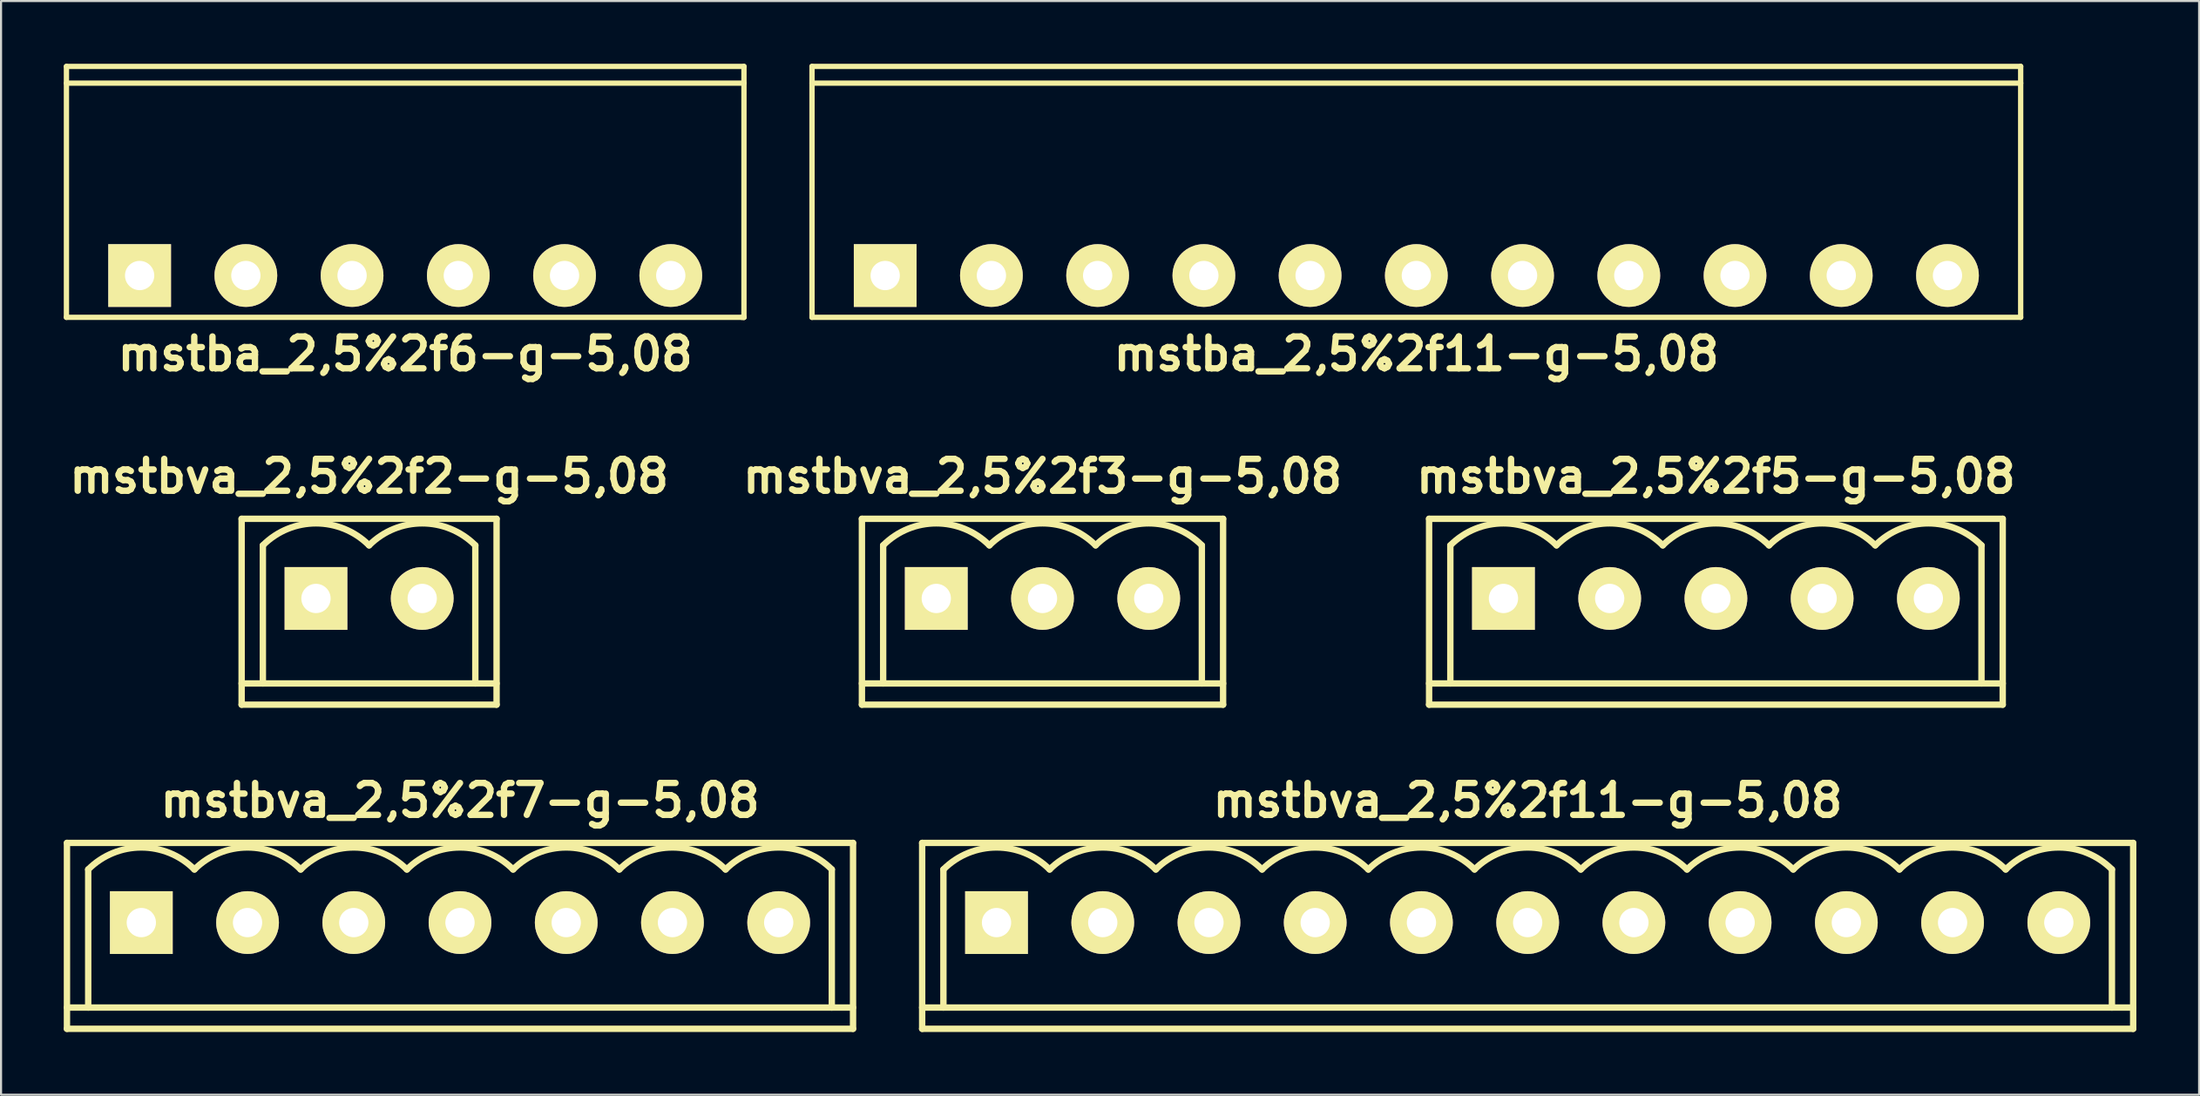
<source format=kicad_pcb>
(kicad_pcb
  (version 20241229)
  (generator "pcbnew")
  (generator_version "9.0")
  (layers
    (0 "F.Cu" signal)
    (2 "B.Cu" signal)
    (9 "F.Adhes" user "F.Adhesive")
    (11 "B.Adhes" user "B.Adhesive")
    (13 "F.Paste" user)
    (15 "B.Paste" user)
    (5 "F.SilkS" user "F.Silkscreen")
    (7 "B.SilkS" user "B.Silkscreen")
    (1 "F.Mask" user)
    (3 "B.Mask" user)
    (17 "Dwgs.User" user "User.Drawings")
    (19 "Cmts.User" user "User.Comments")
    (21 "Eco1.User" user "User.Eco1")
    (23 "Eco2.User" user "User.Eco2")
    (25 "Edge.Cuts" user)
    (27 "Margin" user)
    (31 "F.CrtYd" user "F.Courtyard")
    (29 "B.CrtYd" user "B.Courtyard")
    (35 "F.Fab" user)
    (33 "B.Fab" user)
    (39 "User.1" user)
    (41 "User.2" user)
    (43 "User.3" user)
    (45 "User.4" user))
  (footprint "mstbva_2,5%2f5-g-5,08"
    (layer "F.Cu")
    (at 79.007 25.571)
    (property "Reference" "mstbva_2,5%2f5-g-5,08" (at 0 -5.842 0) (layer "F.SilkS") (effects (font (size 1.524 1.524) (thickness 0.305))))
    (attr through_hole)
    (fp_line (start -13.716 -3.81) (end -13.716 5.08) (stroke (width 0.305) (type solid)) (layer "F.SilkS"))
    (fp_line (start -13.716 4.064) (end 13.716 4.064) (stroke (width 0.305) (type solid)) (layer "F.SilkS"))
    (fp_line (start -12.7 -2.54) (end -12.7 4.064) (stroke (width 0.305) (type solid)) (layer "F.SilkS"))
    (fp_line (start 12.7 -2.54) (end 12.7 4.064) (stroke (width 0.305) (type solid)) (layer "F.SilkS"))
    (fp_line (start 13.716 -3.81) (end -13.716 -3.81) (stroke (width 0.305) (type solid)) (layer "F.SilkS"))
    (fp_line (start 13.716 5.08) (end -13.716 5.08) (stroke (width 0.305) (type solid)) (layer "F.SilkS"))
    (fp_line (start 13.716 5.08) (end 13.716 -3.81) (stroke (width 0.305) (type solid)) (layer "F.SilkS"))
    (fp_arc (start -12.7 -2.54) (mid -10.16 -3.592102) (end -7.62 -2.54) (stroke (width 0.3048) (type solid)) (layer "F.SilkS"))
    (fp_arc (start -7.62 -2.54) (mid -5.08 -3.592102) (end -2.54 -2.54) (stroke (width 0.3048) (type solid)) (layer "F.SilkS"))
    (fp_arc (start -2.54 -2.54) (mid 0 -3.592102) (end 2.54 -2.54) (stroke (width 0.3048) (type solid)) (layer "F.SilkS"))
    (fp_arc (start 2.54 -2.54) (mid 5.08 -3.592102) (end 7.62 -2.54) (stroke (width 0.3048) (type solid)) (layer "F.SilkS"))
    (fp_arc (start 7.62 -2.54) (mid 10.16 -3.592102) (end 12.7 -2.54) (stroke (width 0.3048) (type solid)) (layer "F.SilkS"))
    (pad "1" thru_hole rect (at -10.16 0) (size 3 3) (drill 1.4) (layers "*.Cu" "*.Mask" "F.SilkS"))
    (pad "2" thru_hole circle (at -5.08 0) (size 3 3) (drill 1.4) (layers "*.Cu" "*.Mask" "F.SilkS"))
    (pad "3" thru_hole circle (at 0 0) (size 3 3) (drill 1.4) (layers "*.Cu" "*.Mask" "F.SilkS"))
    (pad "4" thru_hole circle (at 5.08 0) (size 3 3) (drill 1.4) (layers "*.Cu" "*.Mask" "F.SilkS"))
    (pad "5" thru_hole circle (at 10.16 0) (size 3 3) (drill 1.4) (layers "*.Cu" "*.Mask" "F.SilkS")))
  (footprint "mstbva_2,5%2f7-g-5,08"
    (layer "F.Cu")
    (at 18.948 41.072)
    (property "Reference" "mstbva_2,5%2f7-g-5,08" (at 0 -5.842 0) (layer "F.SilkS") (effects (font (size 1.524 1.524) (thickness 0.305))))
    (attr through_hole)
    (fp_line (start -18.796 -3.81) (end -18.796 5.08) (stroke (width 0.305) (type solid)) (layer "F.SilkS"))
    (fp_line (start -18.796 4.064) (end 18.796 4.064) (stroke (width 0.305) (type solid)) (layer "F.SilkS"))
    (fp_line (start -17.78 -2.54) (end -17.78 4.064) (stroke (width 0.305) (type solid)) (layer "F.SilkS"))
    (fp_line (start 17.78 -2.54) (end 17.78 4.064) (stroke (width 0.305) (type solid)) (layer "F.SilkS"))
    (fp_line (start 18.796 -3.81) (end -18.796 -3.81) (stroke (width 0.305) (type solid)) (layer "F.SilkS"))
    (fp_line (start 18.796 5.08) (end -18.796 5.08) (stroke (width 0.305) (type solid)) (layer "F.SilkS"))
    (fp_line (start 18.796 5.08) (end 18.796 -3.81) (stroke (width 0.305) (type solid)) (layer "F.SilkS"))
    (fp_arc (start -17.78 -2.54) (mid -15.24 -3.592102) (end -12.7 -2.54) (stroke (width 0.3048) (type solid)) (layer "F.SilkS"))
    (fp_arc (start -12.7 -2.54) (mid -10.16 -3.592102) (end -7.62 -2.54) (stroke (width 0.3048) (type solid)) (layer "F.SilkS"))
    (fp_arc (start -7.62 -2.54) (mid -5.08 -3.592102) (end -2.54 -2.54) (stroke (width 0.3048) (type solid)) (layer "F.SilkS"))
    (fp_arc (start -2.54 -2.54) (mid 0 -3.592102) (end 2.54 -2.54) (stroke (width 0.3048) (type solid)) (layer "F.SilkS"))
    (fp_arc (start 2.54 -2.54) (mid 5.08 -3.592102) (end 7.62 -2.54) (stroke (width 0.3048) (type solid)) (layer "F.SilkS"))
    (fp_arc (start 7.62 -2.54) (mid 10.16 -3.592102) (end 12.7 -2.54) (stroke (width 0.3048) (type solid)) (layer "F.SilkS"))
    (fp_arc (start 12.7 -2.54) (mid 15.24 -3.592102) (end 17.78 -2.54) (stroke (width 0.3048) (type solid)) (layer "F.SilkS"))
    (pad "1" thru_hole rect (at -15.24 0) (size 3 3) (drill 1.4) (layers "*.Cu" "*.Mask" "F.SilkS"))
    (pad "2" thru_hole circle (at -10.16 0) (size 3 3) (drill 1.4) (layers "*.Cu" "*.Mask" "F.SilkS"))
    (pad "3" thru_hole circle (at -5.08 0) (size 3 3) (drill 1.4) (layers "*.Cu" "*.Mask" "F.SilkS"))
    (pad "4" thru_hole circle (at 0 0) (size 3 3) (drill 1.4) (layers "*.Cu" "*.Mask" "F.SilkS"))
    (pad "5" thru_hole circle (at 5.08 0) (size 3 3) (drill 1.4) (layers "*.Cu" "*.Mask" "F.SilkS"))
    (pad "6" thru_hole circle (at 10.16 0) (size 3 3) (drill 1.4) (layers "*.Cu" "*.Mask" "F.SilkS"))
    (pad "7" thru_hole circle (at 15.24 0) (size 3 3) (drill 1.4) (layers "*.Cu" "*.Mask" "F.SilkS")))
  (footprint "mstbva_2,5%2f11-g-5,08"
    (layer "F.Cu")
    (at 70.005 41.072)
    (property "Reference" "mstbva_2,5%2f11-g-5,08" (at 0 -5.842 0) (layer "F.SilkS") (effects (font (size 1.524 1.524) (thickness 0.305))))
    (attr through_hole)
    (fp_line (start -28.956 -3.81) (end -28.956 5.08) (stroke (width 0.305) (type solid)) (layer "F.SilkS"))
    (fp_line (start -28.956 4.064) (end 28.956 4.064) (stroke (width 0.305) (type solid)) (layer "F.SilkS"))
    (fp_line (start -27.94 -2.54) (end -27.94 4.064) (stroke (width 0.305) (type solid)) (layer "F.SilkS"))
    (fp_line (start 27.94 -2.54) (end 27.94 4.064) (stroke (width 0.305) (type solid)) (layer "F.SilkS"))
    (fp_line (start 28.956 -3.81) (end -28.956 -3.81) (stroke (width 0.305) (type solid)) (layer "F.SilkS"))
    (fp_line (start 28.956 5.08) (end -28.956 5.08) (stroke (width 0.305) (type solid)) (layer "F.SilkS"))
    (fp_line (start 28.956 5.08) (end 28.956 -3.81) (stroke (width 0.305) (type solid)) (layer "F.SilkS"))
    (fp_arc (start -27.94 -2.54) (mid -25.4 -3.592102) (end -22.86 -2.54) (stroke (width 0.3048) (type solid)) (layer "F.SilkS"))
    (fp_arc (start -22.86 -2.54) (mid -20.32 -3.592102) (end -17.78 -2.54) (stroke (width 0.3048) (type solid)) (layer "F.SilkS"))
    (fp_arc (start -17.78 -2.54) (mid -15.24 -3.592102) (end -12.7 -2.54) (stroke (width 0.3048) (type solid)) (layer "F.SilkS"))
    (fp_arc (start -12.7 -2.54) (mid -10.16 -3.592102) (end -7.62 -2.54) (stroke (width 0.3048) (type solid)) (layer "F.SilkS"))
    (fp_arc (start -7.62 -2.54) (mid -5.08 -3.592102) (end -2.54 -2.54) (stroke (width 0.3048) (type solid)) (layer "F.SilkS"))
    (fp_arc (start -2.54 -2.54) (mid 0 -3.592102) (end 2.54 -2.54) (stroke (width 0.3048) (type solid)) (layer "F.SilkS"))
    (fp_arc (start 2.54 -2.54) (mid 5.08 -3.592102) (end 7.62 -2.54) (stroke (width 0.3048) (type solid)) (layer "F.SilkS"))
    (fp_arc (start 7.62 -2.54) (mid 10.16 -3.592102) (end 12.7 -2.54) (stroke (width 0.3048) (type solid)) (layer "F.SilkS"))
    (fp_arc (start 12.7 -2.54) (mid 15.24 -3.592102) (end 17.78 -2.54) (stroke (width 0.3048) (type solid)) (layer "F.SilkS"))
    (fp_arc (start 17.78 -2.54) (mid 20.32 -3.592102) (end 22.86 -2.54) (stroke (width 0.3048) (type solid)) (layer "F.SilkS"))
    (fp_arc (start 22.86 -2.54) (mid 25.4 -3.592102) (end 27.94 -2.54) (stroke (width 0.3048) (type solid)) (layer "F.SilkS"))
    (pad "1" thru_hole rect (at -25.4 0) (size 3 3) (drill 1.4) (layers "*.Cu" "*.Mask" "F.SilkS"))
    (pad "2" thru_hole circle (at -20.32 0) (size 3 3) (drill 1.4) (layers "*.Cu" "*.Mask" "F.SilkS"))
    (pad "3" thru_hole circle (at -15.24 0) (size 3 3) (drill 1.4) (layers "*.Cu" "*.Mask" "F.SilkS"))
    (pad "4" thru_hole circle (at -10.16 0) (size 3 3) (drill 1.4) (layers "*.Cu" "*.Mask" "F.SilkS"))
    (pad "5" thru_hole circle (at -5.08 0) (size 3 3) (drill 1.4) (layers "*.Cu" "*.Mask" "F.SilkS"))
    (pad "6" thru_hole circle (at 0 0) (size 3 3) (drill 1.4) (layers "*.Cu" "*.Mask" "F.SilkS"))
    (pad "7" thru_hole circle (at 5.08 0) (size 3 3) (drill 1.4) (layers "*.Cu" "*.Mask" "F.SilkS"))
    (pad "8" thru_hole circle (at 10.16 0) (size 3 3) (drill 1.4) (layers "*.Cu" "*.Mask" "F.SilkS"))
    (pad "9" thru_hole circle (at 15.24 0) (size 3 3) (drill 1.4) (layers "*.Cu" "*.Mask" "F.SilkS"))
    (pad "10" thru_hole circle (at 20.32 0) (size 3 3) (drill 1.4) (layers "*.Cu" "*.Mask" "F.SilkS"))
    (pad "11" thru_hole circle (at 25.4 0) (size 3 3) (drill 1.4) (layers "*.Cu" "*.Mask" "F.SilkS")))
  (footprint "mstba_2,5%2f11-g-5,08"
    (layer "F.Cu")
    (at 64.681 10.127)
    (property "Reference" "mstba_2,5%2f11-g-5,08" (at 0 3.749 0) (layer "F.SilkS") (effects (font (size 1.524 1.524) (thickness 0.305))))
    (attr through_hole)
    (fp_line (start -28.9 -10) (end 28.9 -10) (stroke (width 0.254) (type solid)) (layer "F.SilkS"))
    (fp_line (start -28.9 -9.2) (end 28.9 -9.2) (stroke (width 0.254) (type solid)) (layer "F.SilkS"))
    (fp_line (start -28.9 1.999) (end -28.9 -10) (stroke (width 0.254) (type solid)) (layer "F.SilkS"))
    (fp_line (start 28.9 -10) (end 28.9 1.999) (stroke (width 0.254) (type solid)) (layer "F.SilkS"))
    (fp_line (start 28.9 1.999) (end -28.9 1.999) (stroke (width 0.254) (type solid)) (layer "F.SilkS"))
    (pad "1" thru_hole rect (at -25.4 0) (size 3 3) (drill 1.4) (layers "*.Cu" "*.Mask" "F.SilkS"))
    (pad "2" thru_hole circle (at -20.32 0) (size 3 3) (drill 1.4) (layers "*.Cu" "*.Mask" "F.SilkS"))
    (pad "3" thru_hole circle (at -15.24 0) (size 3 3) (drill 1.4) (layers "*.Cu" "*.Mask" "F.SilkS"))
    (pad "4" thru_hole circle (at -10.16 0) (size 3 3) (drill 1.4) (layers "*.Cu" "*.Mask" "F.SilkS"))
    (pad "5" thru_hole circle (at -5.08 0) (size 3 3) (drill 1.4) (layers "*.Cu" "*.Mask" "F.SilkS"))
    (pad "6" thru_hole circle (at 0 0) (size 3 3) (drill 1.4) (layers "*.Cu" "*.Mask" "F.SilkS"))
    (pad "7" thru_hole circle (at 5.08 0) (size 3 3) (drill 1.4) (layers "*.Cu" "*.Mask" "F.SilkS"))
    (pad "8" thru_hole circle (at 10.16 0) (size 3 3) (drill 1.4) (layers "*.Cu" "*.Mask" "F.SilkS"))
    (pad "9" thru_hole circle (at 15.24 0) (size 3 3) (drill 1.4) (layers "*.Cu" "*.Mask" "F.SilkS"))
    (pad "10" thru_hole circle (at 20.32 0) (size 3 3) (drill 1.4) (layers "*.Cu" "*.Mask" "F.SilkS"))
    (pad "11" thru_hole circle (at 25.4 0) (size 3 3) (drill 1.4) (layers "*.Cu" "*.Mask" "F.SilkS")))
  (footprint "mstbva_2,5%2f2-g-5,08"
    (layer "F.Cu")
    (at 14.601 25.571)
    (property "Reference" "mstbva_2,5%2f2-g-5,08" (at 0 -5.842 0) (layer "F.SilkS") (effects (font (size 1.524 1.524) (thickness 0.305))))
    (attr through_hole)
    (fp_line (start -6.096 -3.81) (end -6.096 5.08) (stroke (width 0.305) (type solid)) (layer "F.SilkS"))
    (fp_line (start -6.096 -3.81) (end 6.096 -3.81) (stroke (width 0.305) (type solid)) (layer "F.SilkS"))
    (fp_line (start -6.096 5.08) (end 6.096 5.08) (stroke (width 0.305) (type solid)) (layer "F.SilkS"))
    (fp_line (start -5.08 -2.54) (end -5.08 4.064) (stroke (width 0.305) (type solid)) (layer "F.SilkS"))
    (fp_line (start 5.08 -2.54) (end 5.08 4.064) (stroke (width 0.305) (type solid)) (layer "F.SilkS"))
    (fp_line (start 6.096 4.064) (end -6.096 4.064) (stroke (width 0.305) (type solid)) (layer "F.SilkS"))
    (fp_line (start 6.096 5.08) (end 6.096 -3.81) (stroke (width 0.305) (type solid)) (layer "F.SilkS"))
    (fp_arc (start -5.08 -2.54) (mid -2.54 -3.592102) (end 0 -2.54) (stroke (width 0.3048) (type solid)) (layer "F.SilkS"))
    (fp_arc (start 0 -2.54) (mid 2.54 -3.592102) (end 5.08 -2.54) (stroke (width 0.3048) (type solid)) (layer "F.SilkS"))
    (pad "1" thru_hole rect (at -2.54 0) (size 3 3) (drill 1.4) (layers "*.Cu" "*.Mask" "F.SilkS"))
    (pad "2" thru_hole circle (at 2.54 0) (size 3 3) (drill 1.4) (layers "*.Cu" "*.Mask" "F.SilkS")))
  (footprint "mstbva_2,5%2f3-g-5,08"
    (layer "F.Cu")
    (at 46.804 25.571)
    (property "Reference" "mstbva_2,5%2f3-g-5,08" (at 0 -5.842 0) (layer "F.SilkS") (effects (font (size 1.524 1.524) (thickness 0.305))))
    (attr through_hole)
    (fp_line (start -8.636 -3.81) (end -8.636 5.08) (stroke (width 0.305) (type solid)) (layer "F.SilkS"))
    (fp_line (start -8.636 4.064) (end 8.636 4.064) (stroke (width 0.305) (type solid)) (layer "F.SilkS"))
    (fp_line (start -7.62 -2.54) (end -7.62 4.064) (stroke (width 0.305) (type solid)) (layer "F.SilkS"))
    (fp_line (start 7.62 -2.54) (end 7.62 4.064) (stroke (width 0.305) (type solid)) (layer "F.SilkS"))
    (fp_line (start 8.636 -3.81) (end -8.636 -3.81) (stroke (width 0.305) (type solid)) (layer "F.SilkS"))
    (fp_line (start 8.636 5.08) (end -8.636 5.08) (stroke (width 0.305) (type solid)) (layer "F.SilkS"))
    (fp_line (start 8.636 5.08) (end 8.636 -3.81) (stroke (width 0.305) (type solid)) (layer "F.SilkS"))
    (fp_arc (start -7.62 -2.54) (mid -5.08 -3.592102) (end -2.54 -2.54) (stroke (width 0.3048) (type solid)) (layer "F.SilkS"))
    (fp_arc (start -2.54 -2.54) (mid 0 -3.592102) (end 2.54 -2.54) (stroke (width 0.3048) (type solid)) (layer "F.SilkS"))
    (fp_arc (start 2.54 -2.54) (mid 5.08 -3.592102) (end 7.62 -2.54) (stroke (width 0.3048) (type solid)) (layer "F.SilkS"))
    (pad "1" thru_hole rect (at -5.08 0) (size 3 3) (drill 1.4) (layers "*.Cu" "*.Mask" "F.SilkS"))
    (pad "2" thru_hole circle (at 0 0) (size 3 3) (drill 1.4) (layers "*.Cu" "*.Mask" "F.SilkS"))
    (pad "3" thru_hole circle (at 5.08 0) (size 3 3) (drill 1.4) (layers "*.Cu" "*.Mask" "F.SilkS")))
  (footprint "mstba_2,5%2f6-g-5,08"
    (layer "F.Cu")
    (at 16.327 10.127)
    (property "Reference" "mstba_2,5%2f6-g-5,08" (at 0 3.749 0) (layer "F.SilkS") (effects (font (size 1.524 1.524) (thickness 0.305))))
    (attr through_hole)
    (fp_line (start -16.2 -10) (end 16.2 -10) (stroke (width 0.254) (type solid)) (layer "F.SilkS"))
    (fp_line (start -16.2 1.999) (end -16.2 -10) (stroke (width 0.254) (type solid)) (layer "F.SilkS"))
    (fp_line (start -16.2 1.999) (end 16.2 1.999) (stroke (width 0.254) (type solid)) (layer "F.SilkS"))
    (fp_line (start 16.2 -10) (end 16.2 1.999) (stroke (width 0.254) (type solid)) (layer "F.SilkS"))
    (fp_line (start 16.2 -9.2) (end -16.2 -9.2) (stroke (width 0.254) (type solid)) (layer "F.SilkS"))
    (fp_line (start 16.2 1.999) (end 16.101 1.999) (stroke (width 0.254) (type solid)) (layer "F.SilkS"))
    (pad "1" thru_hole rect (at -12.7 0) (size 3 3) (drill 1.4) (layers "*.Cu" "*.Mask" "F.SilkS"))
    (pad "2" thru_hole circle (at -7.62 0) (size 3 3) (drill 1.4) (layers "*.Cu" "*.Mask" "F.SilkS"))
    (pad "3" thru_hole circle (at -2.54 0) (size 3 3) (drill 1.4) (layers "*.Cu" "*.Mask" "F.SilkS"))
    (pad "4" thru_hole circle (at 2.54 0) (size 3 3) (drill 1.4) (layers "*.Cu" "*.Mask" "F.SilkS"))
    (pad "5" thru_hole circle (at 7.62 0) (size 3 3) (drill 1.4) (layers "*.Cu" "*.Mask" "F.SilkS"))
    (pad "6" thru_hole circle (at 12.7 0) (size 3 3) (drill 1.4) (layers "*.Cu" "*.Mask" "F.SilkS")))
  (gr_rect
    (start -3 -3)
    (end 102.114 49.304)
    (stroke (width 0.1) (type default))
    (fill no)
    (layer "Edge.Cuts")))
</source>
